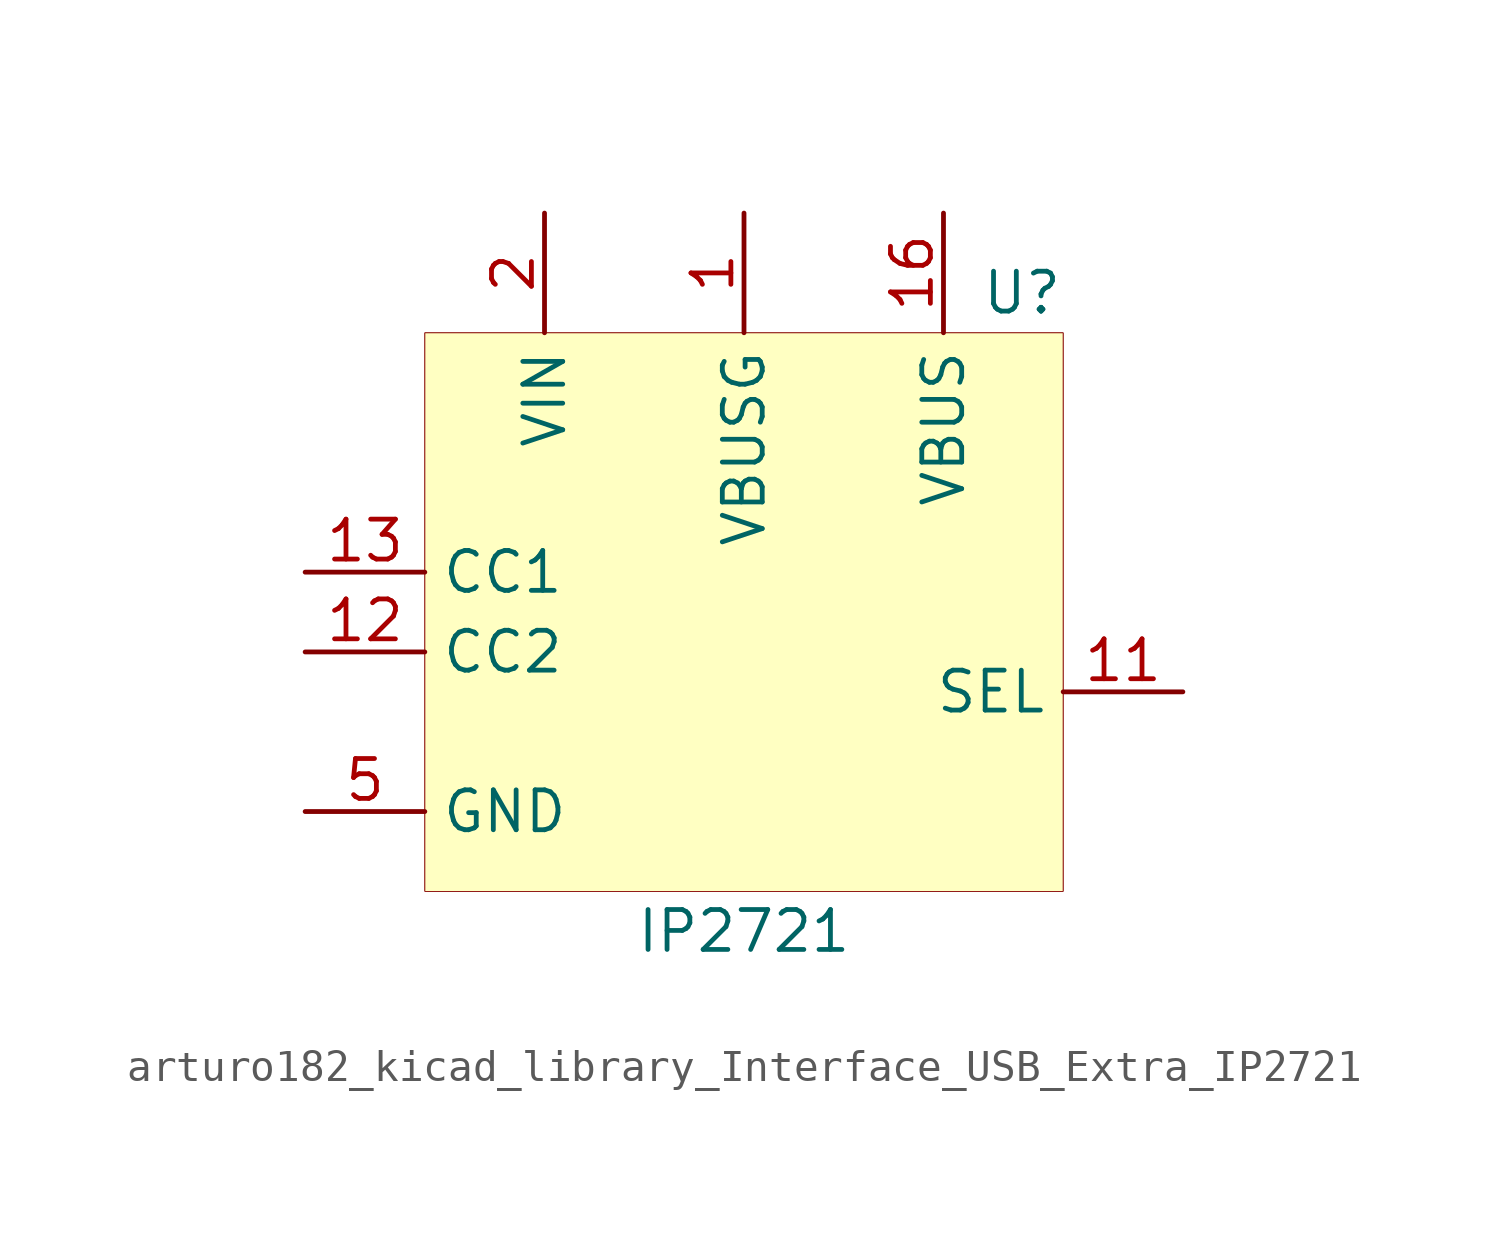
<source format=kicad_sym>
(kicad_symbol_lib
  (version 20220914)
  (generator kicad_symbol_editor)
  (symbol "arturo182_kicad_library_Interface_USB_Extra_IP2721"
    (property "Reference" "U"
      (at 10.16 11.43 0)
      (effects (font (size 1.27 1.27)) (justify right)))
    (property "Value" "IP2721"
      (at 0 -8.89 0)
      (effects (font (size 1.27 1.27))))
    (symbol "arturo182_kicad_library_Interface_USB_Extra_IP2721_0_0"
      (pin output line (at 0 13.97 270) (length 3.81) (name "VBUSG" (effects (font (size 1.27 1.27)))) (number "1" (effects (font (size 1.27 1.27)))))
      (pin no_connect line (at 0 -3.81 0) (length 3.81) hide (name "NC" (effects (font (size 1.27 1.27)))) (number "10" (effects (font (size 1.27 1.27)))))
      (pin open_collector line (at 13.97 -1.27 180) (length 3.81) (name "SEL" (effects (font (size 1.27 1.27)))) (number "11" (effects (font (size 1.27 1.27)))))
      (pin input line (at -13.97 0 0) (length 3.81) (name "CC2" (effects (font (size 1.27 1.27)))) (number "12" (effects (font (size 1.27 1.27)))))
      (pin input line (at -13.97 2.54 0) (length 3.81) (name "CC1" (effects (font (size 1.27 1.27)))) (number "13" (effects (font (size 1.27 1.27)))))
      (pin no_connect line (at 0 -1.27 0) (length 3.81) hide (name "NC" (effects (font (size 1.27 1.27)))) (number "14" (effects (font (size 1.27 1.27)))))
      (pin no_connect line (at 0 1.27 0) (length 3.81) hide (name "NC" (effects (font (size 1.27 1.27)))) (number "15" (effects (font (size 1.27 1.27)))))
      (pin power_out line (at 6.35 13.97 270) (length 3.81) (name "VBUS" (effects (font (size 1.27 1.27)))) (number "16" (effects (font (size 1.27 1.27)))))
      (pin input line (at -6.35 13.97 270) (length 3.81) (name "VIN" (effects (font (size 1.27 1.27)))) (number "2" (effects (font (size 1.27 1.27)))))
      (pin no_connect line (at 1.27 3.81 0) (length 3.81) hide (name "NC" (effects (font (size 1.27 1.27)))) (number "3" (effects (font (size 1.27 1.27)))))
      (pin no_connect line (at 8.89 1.27 0) (length 3.81) hide (name "NC" (effects (font (size 1.27 1.27)))) (number "4" (effects (font (size 1.27 1.27)))))
      (pin power_in line (at -13.97 -5.08 0) (length 3.81) (name "GND" (effects (font (size 1.27 1.27)))) (number "5" (effects (font (size 1.27 1.27)))))
      (pin no_connect line (at 8.89 -1.27 0) (length 3.81) hide (name "TST1" (effects (font (size 1.27 1.27)))) (number "6" (effects (font (size 1.27 1.27)))))
      (pin no_connect line (at 8.89 -3.81 0) (length 3.81) hide (name "TST2" (effects (font (size 1.27 1.27)))) (number "7" (effects (font (size 1.27 1.27)))))
      (pin no_connect line (at 8.89 -6.35 0) (length 3.81) hide (name "TST3" (effects (font (size 1.27 1.27)))) (number "8" (effects (font (size 1.27 1.27)))))
      (pin no_connect line (at 0 -6.35 0) (length 3.81) hide (name "NC" (effects (font (size 1.27 1.27)))) (number "9" (effects (font (size 1.27 1.27))))))
    (symbol "arturo182_kicad_library_Interface_USB_Extra_IP2721_0_1"
      (rectangle (start -10.16 10.16) (end 10.16 -7.62) (stroke (width 0.001) (type default)) (fill (type background)))
      (rectangle (start -10.16 10.16) (end 10.16 -7.62) (stroke (width 0.001) (type default)) (fill (type background))))))
</source>
